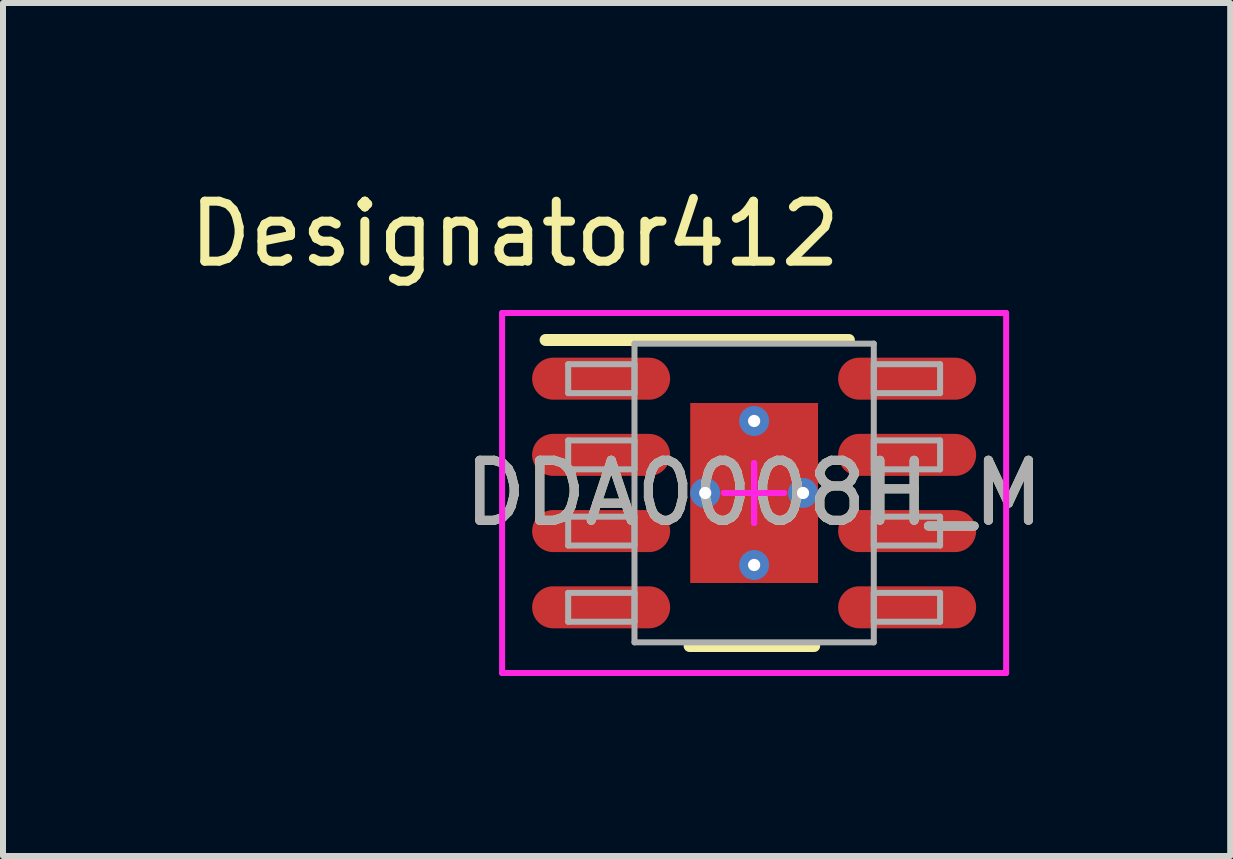
<source format=kicad_pcb>
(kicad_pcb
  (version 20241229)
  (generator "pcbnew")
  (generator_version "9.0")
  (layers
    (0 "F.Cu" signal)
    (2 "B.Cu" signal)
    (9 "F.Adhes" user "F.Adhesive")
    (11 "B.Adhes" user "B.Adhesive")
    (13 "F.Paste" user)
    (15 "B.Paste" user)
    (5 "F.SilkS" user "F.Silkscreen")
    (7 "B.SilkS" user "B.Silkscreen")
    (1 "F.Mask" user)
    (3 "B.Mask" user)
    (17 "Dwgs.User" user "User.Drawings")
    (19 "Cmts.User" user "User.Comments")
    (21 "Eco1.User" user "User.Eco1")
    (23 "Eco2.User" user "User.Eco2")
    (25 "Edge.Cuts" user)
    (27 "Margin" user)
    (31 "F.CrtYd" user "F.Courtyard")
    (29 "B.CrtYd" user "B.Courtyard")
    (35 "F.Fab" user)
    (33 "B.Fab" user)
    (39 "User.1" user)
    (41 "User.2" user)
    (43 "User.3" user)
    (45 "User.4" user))
  (footprint "DDA0008H_M"
    (layer "F.Cu")
    (at 9.518 5.166)
    (property "Reference" "DDA0008H_M" (at 0 0 0) (unlocked yes) (layer "F.SilkS") (effects (font (size 1 1) (thickness 0.15))))
    (attr smd)
    (fp_line (start -3.475 -2.55) (end 1.579 -2.55) (stroke (width 0.2) (type solid)) (layer "F.SilkS"))
    (fp_line (start -1.075 2.55) (end 1 2.55) (stroke (width 0.2) (type solid)) (layer "F.SilkS"))
    (fp_line (start -4.2 -3) (end 4.2 -3) (stroke (width 0.1) (type solid)) (layer "F.CrtYd"))
    (fp_line (start -4.2 3) (end -4.2 -3) (stroke (width 0.1) (type solid)) (layer "F.CrtYd"))
    (fp_line (start -4.2 3) (end 4.2 3) (stroke (width 0.1) (type solid)) (layer "F.CrtYd"))
    (fp_line (start -0.5 0) (end 0.5 0) (stroke (width 0.1) (type solid)) (layer "F.CrtYd"))
    (fp_line (start -0.5 0) (end 0.5 0) (stroke (width 0.1) (type solid)) (layer "F.CrtYd"))
    (fp_line (start 0 0.5) (end 0 -0.5) (stroke (width 0.1) (type solid)) (layer "F.CrtYd"))
    (fp_line (start 0 0.5) (end 0 -0.5) (stroke (width 0.1) (type solid)) (layer "F.CrtYd"))
    (fp_line (start 4.2 3) (end 4.2 -3) (stroke (width 0.1) (type solid)) (layer "F.CrtYd"))
    (fp_line (start -3.099 -2.146) (end -1.994 -2.146) (stroke (width 0.1) (type solid)) (layer "F.Fab"))
    (fp_line (start -3.099 -1.664) (end -3.099 -2.146) (stroke (width 0.1) (type solid)) (layer "F.Fab"))
    (fp_line (start -3.099 -1.664) (end -1.994 -1.664) (stroke (width 0.1) (type solid)) (layer "F.Fab"))
    (fp_line (start -3.099 -0.876) (end -1.994 -0.876) (stroke (width 0.1) (type solid)) (layer "F.Fab"))
    (fp_line (start -3.099 -0.394) (end -3.099 -0.876) (stroke (width 0.1) (type solid)) (layer "F.Fab"))
    (fp_line (start -3.099 -0.394) (end -1.994 -0.394) (stroke (width 0.1) (type solid)) (layer "F.Fab"))
    (fp_line (start -3.099 0.394) (end -1.994 0.394) (stroke (width 0.1) (type solid)) (layer "F.Fab"))
    (fp_line (start -3.099 0.876) (end -3.099 0.394) (stroke (width 0.1) (type solid)) (layer "F.Fab"))
    (fp_line (start -3.099 0.876) (end -1.994 0.876) (stroke (width 0.1) (type solid)) (layer "F.Fab"))
    (fp_line (start -3.099 1.664) (end -1.994 1.664) (stroke (width 0.1) (type solid)) (layer "F.Fab"))
    (fp_line (start -3.099 2.146) (end -3.099 1.664) (stroke (width 0.1) (type solid)) (layer "F.Fab"))
    (fp_line (start -3.099 2.146) (end -1.994 2.146) (stroke (width 0.1) (type solid)) (layer "F.Fab"))
    (fp_line (start -1.994 -2.489) (end 1.994 -2.489) (stroke (width 0.1) (type solid)) (layer "F.Fab"))
    (fp_line (start -1.994 -1.664) (end -1.994 -2.146) (stroke (width 0.1) (type solid)) (layer "F.Fab"))
    (fp_line (start -1.994 -0.394) (end -1.994 -0.876) (stroke (width 0.1) (type solid)) (layer "F.Fab"))
    (fp_line (start -1.994 0.876) (end -1.994 0.394) (stroke (width 0.1) (type solid)) (layer "F.Fab"))
    (fp_line (start -1.994 2.146) (end -1.994 1.664) (stroke (width 0.1) (type solid)) (layer "F.Fab"))
    (fp_line (start -1.994 2.489) (end -1.994 -2.489) (stroke (width 0.1) (type solid)) (layer "F.Fab"))
    (fp_line (start -1.994 2.489) (end 1.994 2.489) (stroke (width 0.1) (type solid)) (layer "F.Fab"))
    (fp_line (start 1.994 -2.146) (end 3.099 -2.146) (stroke (width 0.1) (type solid)) (layer "F.Fab"))
    (fp_line (start 1.994 -1.664) (end 1.994 -2.146) (stroke (width 0.1) (type solid)) (layer "F.Fab"))
    (fp_line (start 1.994 -1.664) (end 3.099 -1.664) (stroke (width 0.1) (type solid)) (layer "F.Fab"))
    (fp_line (start 1.994 -0.876) (end 3.099 -0.876) (stroke (width 0.1) (type solid)) (layer "F.Fab"))
    (fp_line (start 1.994 -0.394) (end 1.994 -0.876) (stroke (width 0.1) (type solid)) (layer "F.Fab"))
    (fp_line (start 1.994 -0.394) (end 3.099 -0.394) (stroke (width 0.1) (type solid)) (layer "F.Fab"))
    (fp_line (start 1.994 0.394) (end 3.099 0.394) (stroke (width 0.1) (type solid)) (layer "F.Fab"))
    (fp_line (start 1.994 0.876) (end 1.994 0.394) (stroke (width 0.1) (type solid)) (layer "F.Fab"))
    (fp_line (start 1.994 0.876) (end 3.099 0.876) (stroke (width 0.1) (type solid)) (layer "F.Fab"))
    (fp_line (start 1.994 1.664) (end 3.099 1.664) (stroke (width 0.1) (type solid)) (layer "F.Fab"))
    (fp_line (start 1.994 2.146) (end 1.994 1.664) (stroke (width 0.1) (type solid)) (layer "F.Fab"))
    (fp_line (start 1.994 2.146) (end 3.099 2.146) (stroke (width 0.1) (type solid)) (layer "F.Fab"))
    (fp_line (start 1.994 2.489) (end 1.994 -2.489) (stroke (width 0.1) (type solid)) (layer "F.Fab"))
    (fp_line (start 3.099 -1.664) (end 3.099 -2.146) (stroke (width 0.1) (type solid)) (layer "F.Fab"))
    (fp_line (start 3.099 -0.394) (end 3.099 -0.876) (stroke (width 0.1) (type solid)) (layer "F.Fab"))
    (fp_line (start 3.099 0.876) (end 3.099 0.394) (stroke (width 0.1) (type solid)) (layer "F.Fab"))
    (fp_line (start 3.099 2.146) (end 3.099 1.664) (stroke (width 0.1) (type solid)) (layer "F.Fab"))
    (fp_text user "Designator412" (at -3.988 -4.318 0) (unlocked yes) (layer "F.SilkS") (effects (font (size 1 1) (thickness 0.15))))
    (fp_text user "${REFERENCE}" (at 0 0 0) (unlocked yes) (layer "F.Fab") (effects (font (size 1 1) (thickness 0.15))))
    (pad "1" smd oval (at -2.55 -1.905 90) (size 0.7 2.3) (layers "F.Cu" "F.Mask" "F.Paste"))
    (pad "2" smd oval (at -2.55 -0.635 90) (size 0.7 2.3) (layers "F.Cu" "F.Mask" "F.Paste"))
    (pad "3" smd oval (at -2.55 0.635 90) (size 0.7 2.3) (layers "F.Cu" "F.Mask" "F.Paste"))
    (pad "4" smd oval (at -2.55 1.905 90) (size 0.7 2.3) (layers "F.Cu" "F.Mask" "F.Paste"))
    (pad "5" smd oval (at 2.55 1.905 90) (size 0.7 2.3) (layers "F.Cu" "F.Mask" "F.Paste"))
    (pad "6" smd oval (at 2.55 0.635 90) (size 0.7 2.3) (layers "F.Cu" "F.Mask" "F.Paste"))
    (pad "7" smd oval (at 2.55 -0.635 90) (size 0.7 2.3) (layers "F.Cu" "F.Mask" "F.Paste"))
    (pad "8" smd oval (at 2.55 -1.905 90) (size 0.7 2.3) (layers "F.Cu" "F.Mask" "F.Paste"))
    (pad "9" smd rect (at 0 0) (size 2.13 3) (layers "F.Cu" "F.Mask" "F.Paste"))
    (pad "V" thru_hole circle (at -0.815 0) (size 0.5 0.5) (drill 0.203) (layers "*.Cu" "*.Mask"))
    (pad "V" thru_hole circle (at 0 -1.2) (size 0.5 0.5) (drill 0.203) (layers "*.Cu" "*.Mask"))
    (pad "V" thru_hole circle (at 0 1.2) (size 0.5 0.5) (drill 0.203) (layers "*.Cu" "*.Mask"))
    (pad "V" thru_hole circle (at 0.815 0) (size 0.5 0.5) (drill 0.203) (layers "*.Cu" "*.Mask")))
  (gr_rect
    (start -3 -3)
    (end 17.452 11.216)
    (stroke (width 0.1) (type default))
    (fill no)
    (layer "Edge.Cuts")))
</source>
